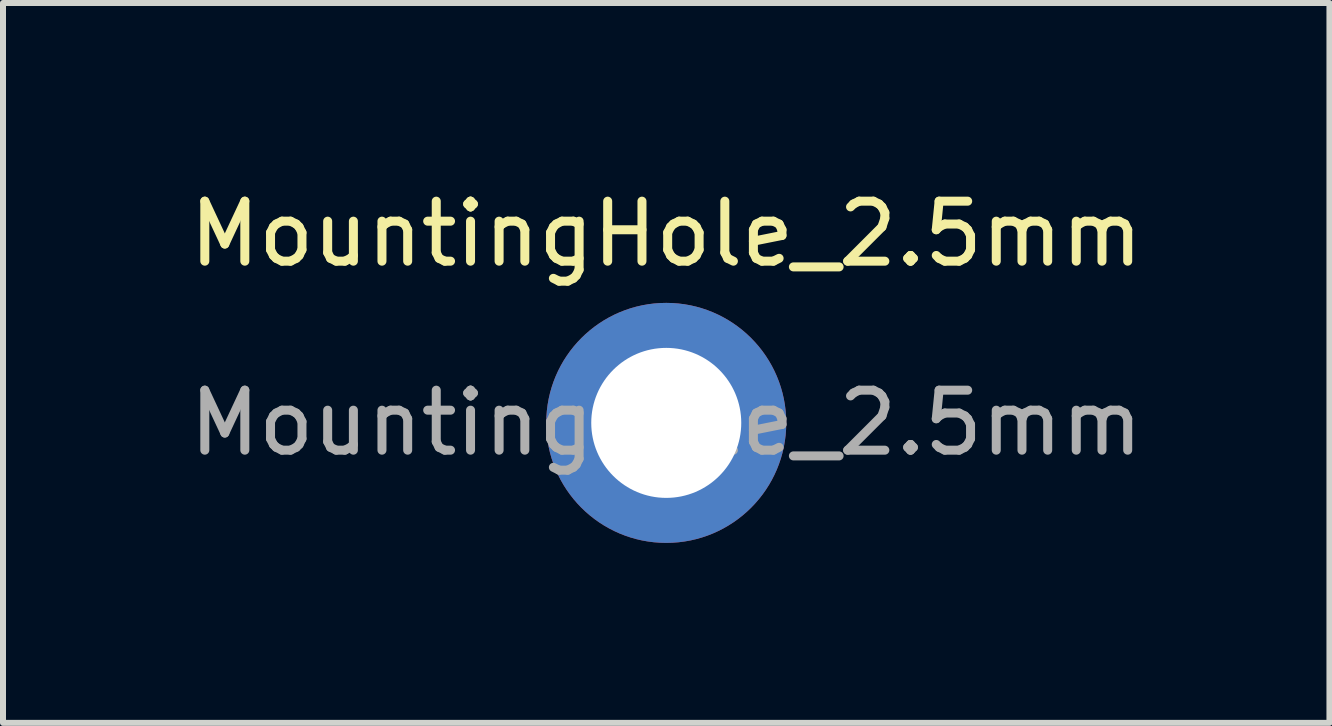
<source format=kicad_pcb>
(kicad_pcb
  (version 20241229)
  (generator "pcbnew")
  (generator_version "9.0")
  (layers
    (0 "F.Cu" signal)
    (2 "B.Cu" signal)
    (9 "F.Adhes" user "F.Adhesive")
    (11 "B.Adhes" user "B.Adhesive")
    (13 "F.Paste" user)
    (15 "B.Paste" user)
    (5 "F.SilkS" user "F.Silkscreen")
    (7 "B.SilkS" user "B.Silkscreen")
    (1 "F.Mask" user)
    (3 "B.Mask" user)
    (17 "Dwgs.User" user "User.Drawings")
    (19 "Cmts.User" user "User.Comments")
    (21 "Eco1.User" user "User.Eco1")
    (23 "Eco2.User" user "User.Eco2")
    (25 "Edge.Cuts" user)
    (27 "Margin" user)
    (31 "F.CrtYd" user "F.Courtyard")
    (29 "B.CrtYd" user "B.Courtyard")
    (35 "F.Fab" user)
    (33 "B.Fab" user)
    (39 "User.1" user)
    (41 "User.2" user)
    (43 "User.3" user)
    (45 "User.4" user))
  (footprint "MountingHole_2.5mm"
    (layer "F.Cu")
    (at 8.054 3.998)
    (property "Reference" "MountingHole_2.5mm" (at 0 -3.15 0) (layer "F.SilkS") (effects (font (size 1 1) (thickness 0.15))))
    (attr exclude_from_pos_files exclude_from_bom)
    (fp_circle (center 0 0) (end 1 0) (stroke (width 0.15) (type solid)) (fill no) (layer "Cmts.User"))
    (fp_circle (center 0 0) (end 1 0) (stroke (width 0.05) (type solid)) (fill no) (layer "F.CrtYd"))
    (fp_text user "${REFERENCE}" (at 0 0 0) (layer "F.Fab") (effects (font (size 1 1) (thickness 0.15))))
    (pad "1" thru_hole circle (at 0 0) (size 4 4) (drill 2.5) (layers "*.Cu" "*.Mask")))
  (gr_rect
    (start -3 -3)
    (end 19.107 8.998)
    (stroke (width 0.1) (type default))
    (fill no)
    (layer "Edge.Cuts")))
</source>
